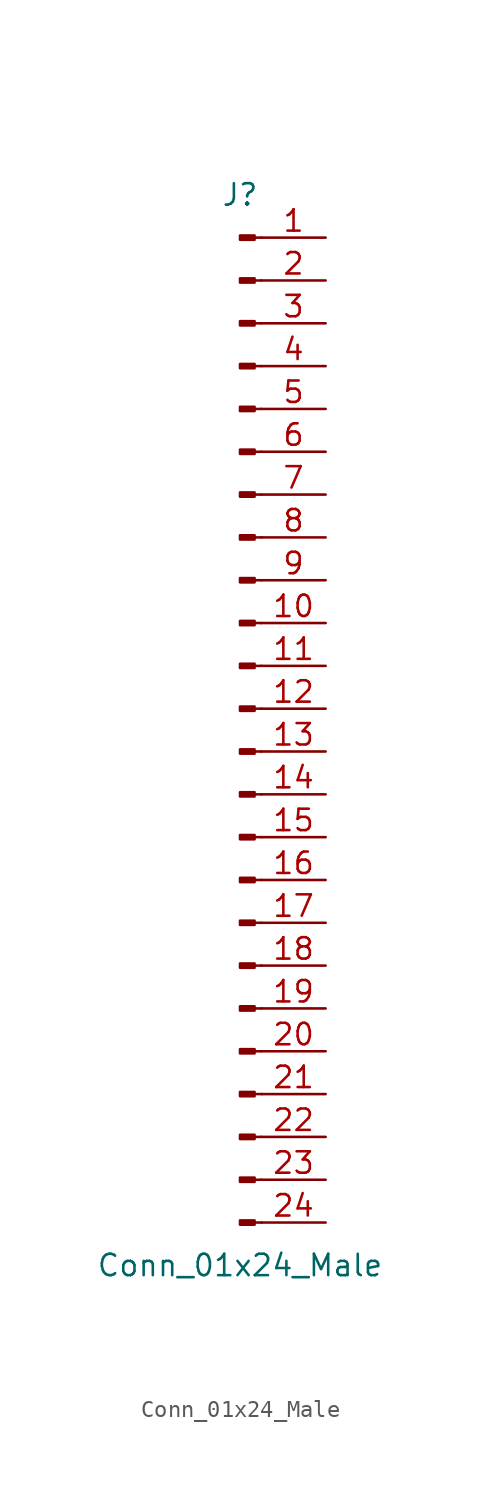
<source format=kicad_sym>
(kicad_symbol_lib
  (version 20211014)
  (generator kicad_symbol_editor)
  (symbol "Conn_01x24_Male"
    (pin_names
      (offset 1.016) hide)
    (property "Reference" "J"
      (at 0 30.48 0)
      (effects (font (size 1.27 1.27))))
    (property "Value" "Conn_01x24_Male"
      (at 0 -33.02 0)
      (effects (font (size 1.27 1.27))))
    (symbol "Conn_01x24_Male_1_1"
      (polyline (pts (xy 1.27 -30.48) (xy 0.864 -30.48)) (stroke (width 0.152) (type default) (color 0 0 0 0)) (fill (type none)))
      (polyline (pts (xy 1.27 -27.94) (xy 0.864 -27.94)) (stroke (width 0.152) (type default) (color 0 0 0 0)) (fill (type none)))
      (polyline (pts (xy 1.27 -25.4) (xy 0.864 -25.4)) (stroke (width 0.152) (type default) (color 0 0 0 0)) (fill (type none)))
      (polyline (pts (xy 1.27 -22.86) (xy 0.864 -22.86)) (stroke (width 0.152) (type default) (color 0 0 0 0)) (fill (type none)))
      (polyline (pts (xy 1.27 -20.32) (xy 0.864 -20.32)) (stroke (width 0.152) (type default) (color 0 0 0 0)) (fill (type none)))
      (polyline (pts (xy 1.27 -17.78) (xy 0.864 -17.78)) (stroke (width 0.152) (type default) (color 0 0 0 0)) (fill (type none)))
      (polyline (pts (xy 1.27 -15.24) (xy 0.864 -15.24)) (stroke (width 0.152) (type default) (color 0 0 0 0)) (fill (type none)))
      (polyline (pts (xy 1.27 -12.7) (xy 0.864 -12.7)) (stroke (width 0.152) (type default) (color 0 0 0 0)) (fill (type none)))
      (polyline (pts (xy 1.27 -10.16) (xy 0.864 -10.16)) (stroke (width 0.152) (type default) (color 0 0 0 0)) (fill (type none)))
      (polyline (pts (xy 1.27 -7.62) (xy 0.864 -7.62)) (stroke (width 0.152) (type default) (color 0 0 0 0)) (fill (type none)))
      (polyline (pts (xy 1.27 -5.08) (xy 0.864 -5.08)) (stroke (width 0.152) (type default) (color 0 0 0 0)) (fill (type none)))
      (polyline (pts (xy 1.27 -2.54) (xy 0.864 -2.54)) (stroke (width 0.152) (type default) (color 0 0 0 0)) (fill (type none)))
      (polyline (pts (xy 1.27 0) (xy 0.864 0)) (stroke (width 0.152) (type default) (color 0 0 0 0)) (fill (type none)))
      (polyline (pts (xy 1.27 2.54) (xy 0.864 2.54)) (stroke (width 0.152) (type default) (color 0 0 0 0)) (fill (type none)))
      (polyline (pts (xy 1.27 5.08) (xy 0.864 5.08)) (stroke (width 0.152) (type default) (color 0 0 0 0)) (fill (type none)))
      (polyline (pts (xy 1.27 7.62) (xy 0.864 7.62)) (stroke (width 0.152) (type default) (color 0 0 0 0)) (fill (type none)))
      (polyline (pts (xy 1.27 10.16) (xy 0.864 10.16)) (stroke (width 0.152) (type default) (color 0 0 0 0)) (fill (type none)))
      (polyline (pts (xy 1.27 12.7) (xy 0.864 12.7)) (stroke (width 0.152) (type default) (color 0 0 0 0)) (fill (type none)))
      (polyline (pts (xy 1.27 15.24) (xy 0.864 15.24)) (stroke (width 0.152) (type default) (color 0 0 0 0)) (fill (type none)))
      (polyline (pts (xy 1.27 17.78) (xy 0.864 17.78)) (stroke (width 0.152) (type default) (color 0 0 0 0)) (fill (type none)))
      (polyline (pts (xy 1.27 20.32) (xy 0.864 20.32)) (stroke (width 0.152) (type default) (color 0 0 0 0)) (fill (type none)))
      (polyline (pts (xy 1.27 22.86) (xy 0.864 22.86)) (stroke (width 0.152) (type default) (color 0 0 0 0)) (fill (type none)))
      (polyline (pts (xy 1.27 25.4) (xy 0.864 25.4)) (stroke (width 0.152) (type default) (color 0 0 0 0)) (fill (type none)))
      (polyline (pts (xy 1.27 27.94) (xy 0.864 27.94)) (stroke (width 0.152) (type default) (color 0 0 0 0)) (fill (type none)))
      (rectangle (start 0.864 -30.353) (end 0 -30.607) (stroke (width 0.152) (type default) (color 0 0 0 0)) (fill (type outline)))
      (rectangle (start 0.864 -27.813) (end 0 -28.067) (stroke (width 0.152) (type default) (color 0 0 0 0)) (fill (type outline)))
      (rectangle (start 0.864 -25.273) (end 0 -25.527) (stroke (width 0.152) (type default) (color 0 0 0 0)) (fill (type outline)))
      (rectangle (start 0.864 -22.733) (end 0 -22.987) (stroke (width 0.152) (type default) (color 0 0 0 0)) (fill (type outline)))
      (rectangle (start 0.864 -20.193) (end 0 -20.447) (stroke (width 0.152) (type default) (color 0 0 0 0)) (fill (type outline)))
      (rectangle (start 0.864 -17.653) (end 0 -17.907) (stroke (width 0.152) (type default) (color 0 0 0 0)) (fill (type outline)))
      (rectangle (start 0.864 -15.113) (end 0 -15.367) (stroke (width 0.152) (type default) (color 0 0 0 0)) (fill (type outline)))
      (rectangle (start 0.864 -12.573) (end 0 -12.827) (stroke (width 0.152) (type default) (color 0 0 0 0)) (fill (type outline)))
      (rectangle (start 0.864 -10.033) (end 0 -10.287) (stroke (width 0.152) (type default) (color 0 0 0 0)) (fill (type outline)))
      (rectangle (start 0.864 -7.493) (end 0 -7.747) (stroke (width 0.152) (type default) (color 0 0 0 0)) (fill (type outline)))
      (rectangle (start 0.864 -4.953) (end 0 -5.207) (stroke (width 0.152) (type default) (color 0 0 0 0)) (fill (type outline)))
      (rectangle (start 0.864 -2.413) (end 0 -2.667) (stroke (width 0.152) (type default) (color 0 0 0 0)) (fill (type outline)))
      (rectangle (start 0.864 0.127) (end 0 -0.127) (stroke (width 0.152) (type default) (color 0 0 0 0)) (fill (type outline)))
      (rectangle (start 0.864 2.667) (end 0 2.413) (stroke (width 0.152) (type default) (color 0 0 0 0)) (fill (type outline)))
      (rectangle (start 0.864 5.207) (end 0 4.953) (stroke (width 0.152) (type default) (color 0 0 0 0)) (fill (type outline)))
      (rectangle (start 0.864 7.747) (end 0 7.493) (stroke (width 0.152) (type default) (color 0 0 0 0)) (fill (type outline)))
      (rectangle (start 0.864 10.287) (end 0 10.033) (stroke (width 0.152) (type default) (color 0 0 0 0)) (fill (type outline)))
      (rectangle (start 0.864 12.827) (end 0 12.573) (stroke (width 0.152) (type default) (color 0 0 0 0)) (fill (type outline)))
      (rectangle (start 0.864 15.367) (end 0 15.113) (stroke (width 0.152) (type default) (color 0 0 0 0)) (fill (type outline)))
      (rectangle (start 0.864 17.907) (end 0 17.653) (stroke (width 0.152) (type default) (color 0 0 0 0)) (fill (type outline)))
      (rectangle (start 0.864 20.447) (end 0 20.193) (stroke (width 0.152) (type default) (color 0 0 0 0)) (fill (type outline)))
      (rectangle (start 0.864 22.987) (end 0 22.733) (stroke (width 0.152) (type default) (color 0 0 0 0)) (fill (type outline)))
      (rectangle (start 0.864 25.527) (end 0 25.273) (stroke (width 0.152) (type default) (color 0 0 0 0)) (fill (type outline)))
      (rectangle (start 0.864 28.067) (end 0 27.813) (stroke (width 0.152) (type default) (color 0 0 0 0)) (fill (type outline)))
      (pin passive line (at 5.08 27.94 180) (length 3.81) (name "Pin_1" (effects (font (size 1.27 1.27)))) (number "1" (effects (font (size 1.27 1.27)))))
      (pin passive line (at 5.08 5.08 180) (length 3.81) (name "Pin_10" (effects (font (size 1.27 1.27)))) (number "10" (effects (font (size 1.27 1.27)))))
      (pin passive line (at 5.08 2.54 180) (length 3.81) (name "Pin_11" (effects (font (size 1.27 1.27)))) (number "11" (effects (font (size 1.27 1.27)))))
      (pin passive line (at 5.08 0 180) (length 3.81) (name "Pin_12" (effects (font (size 1.27 1.27)))) (number "12" (effects (font (size 1.27 1.27)))))
      (pin passive line (at 5.08 -2.54 180) (length 3.81) (name "Pin_13" (effects (font (size 1.27 1.27)))) (number "13" (effects (font (size 1.27 1.27)))))
      (pin passive line (at 5.08 -5.08 180) (length 3.81) (name "Pin_14" (effects (font (size 1.27 1.27)))) (number "14" (effects (font (size 1.27 1.27)))))
      (pin passive line (at 5.08 -7.62 180) (length 3.81) (name "Pin_15" (effects (font (size 1.27 1.27)))) (number "15" (effects (font (size 1.27 1.27)))))
      (pin passive line (at 5.08 -10.16 180) (length 3.81) (name "Pin_16" (effects (font (size 1.27 1.27)))) (number "16" (effects (font (size 1.27 1.27)))))
      (pin passive line (at 5.08 -12.7 180) (length 3.81) (name "Pin_17" (effects (font (size 1.27 1.27)))) (number "17" (effects (font (size 1.27 1.27)))))
      (pin passive line (at 5.08 -15.24 180) (length 3.81) (name "Pin_18" (effects (font (size 1.27 1.27)))) (number "18" (effects (font (size 1.27 1.27)))))
      (pin passive line (at 5.08 -17.78 180) (length 3.81) (name "Pin_19" (effects (font (size 1.27 1.27)))) (number "19" (effects (font (size 1.27 1.27)))))
      (pin passive line (at 5.08 25.4 180) (length 3.81) (name "Pin_2" (effects (font (size 1.27 1.27)))) (number "2" (effects (font (size 1.27 1.27)))))
      (pin passive line (at 5.08 -20.32 180) (length 3.81) (name "Pin_20" (effects (font (size 1.27 1.27)))) (number "20" (effects (font (size 1.27 1.27)))))
      (pin passive line (at 5.08 -22.86 180) (length 3.81) (name "Pin_21" (effects (font (size 1.27 1.27)))) (number "21" (effects (font (size 1.27 1.27)))))
      (pin passive line (at 5.08 -25.4 180) (length 3.81) (name "Pin_22" (effects (font (size 1.27 1.27)))) (number "22" (effects (font (size 1.27 1.27)))))
      (pin passive line (at 5.08 -27.94 180) (length 3.81) (name "Pin_23" (effects (font (size 1.27 1.27)))) (number "23" (effects (font (size 1.27 1.27)))))
      (pin passive line (at 5.08 -30.48 180) (length 3.81) (name "Pin_24" (effects (font (size 1.27 1.27)))) (number "24" (effects (font (size 1.27 1.27)))))
      (pin passive line (at 5.08 22.86 180) (length 3.81) (name "Pin_3" (effects (font (size 1.27 1.27)))) (number "3" (effects (font (size 1.27 1.27)))))
      (pin passive line (at 5.08 20.32 180) (length 3.81) (name "Pin_4" (effects (font (size 1.27 1.27)))) (number "4" (effects (font (size 1.27 1.27)))))
      (pin passive line (at 5.08 17.78 180) (length 3.81) (name "Pin_5" (effects (font (size 1.27 1.27)))) (number "5" (effects (font (size 1.27 1.27)))))
      (pin passive line (at 5.08 15.24 180) (length 3.81) (name "Pin_6" (effects (font (size 1.27 1.27)))) (number "6" (effects (font (size 1.27 1.27)))))
      (pin passive line (at 5.08 12.7 180) (length 3.81) (name "Pin_7" (effects (font (size 1.27 1.27)))) (number "7" (effects (font (size 1.27 1.27)))))
      (pin passive line (at 5.08 10.16 180) (length 3.81) (name "Pin_8" (effects (font (size 1.27 1.27)))) (number "8" (effects (font (size 1.27 1.27)))))
      (pin passive line (at 5.08 7.62 180) (length 3.81) (name "Pin_9" (effects (font (size 1.27 1.27)))) (number "9" (effects (font (size 1.27 1.27))))))))
</source>
